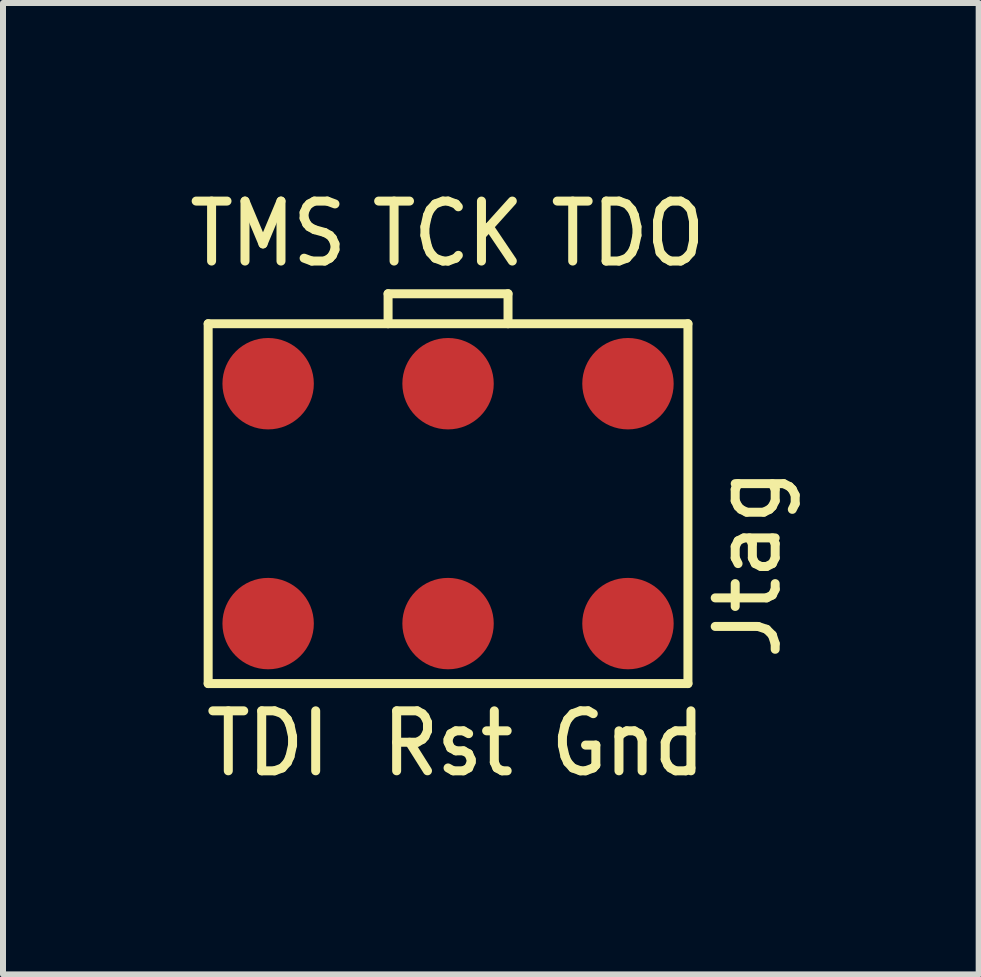
<source format=kicad_pcb>
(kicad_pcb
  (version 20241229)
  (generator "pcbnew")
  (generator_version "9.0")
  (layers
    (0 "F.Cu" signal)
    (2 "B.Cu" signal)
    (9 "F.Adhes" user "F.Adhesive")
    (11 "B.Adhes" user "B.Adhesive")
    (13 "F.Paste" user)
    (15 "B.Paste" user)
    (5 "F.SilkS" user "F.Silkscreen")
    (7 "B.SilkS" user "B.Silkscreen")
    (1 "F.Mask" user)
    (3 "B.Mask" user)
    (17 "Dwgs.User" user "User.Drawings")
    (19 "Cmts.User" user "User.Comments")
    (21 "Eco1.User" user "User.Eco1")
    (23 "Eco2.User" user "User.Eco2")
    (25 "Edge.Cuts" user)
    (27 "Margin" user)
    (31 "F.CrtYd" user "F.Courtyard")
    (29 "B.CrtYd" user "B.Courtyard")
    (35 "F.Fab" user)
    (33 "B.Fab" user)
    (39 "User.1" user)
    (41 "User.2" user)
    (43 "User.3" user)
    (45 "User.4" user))
  (footprint "Jtag"
    (layer "F.Cu")
    (at 4.421 5.348)
    (property "Reference" "Jtag" (at 5 1 90) (layer "F.SilkS") (effects (font (size 1 1) (thickness 0.15))))
    (attr through_hole)
    (fp_line (start -4 -3) (end 4 -3) (stroke (width 0.15) (type solid)) (layer "F.SilkS"))
    (fp_line (start -4 3) (end -4 -3) (stroke (width 0.15) (type solid)) (layer "F.SilkS"))
    (fp_line (start -1 -3.5) (end 1 -3.5) (stroke (width 0.15) (type solid)) (layer "F.SilkS"))
    (fp_line (start -1 -3) (end -1 -3.5) (stroke (width 0.15) (type solid)) (layer "F.SilkS"))
    (fp_line (start 1 -3.5) (end 1 -3) (stroke (width 0.15) (type solid)) (layer "F.SilkS"))
    (fp_line (start 4 -3) (end 4 3) (stroke (width 0.15) (type solid)) (layer "F.SilkS"))
    (fp_line (start 4 3) (end -4 3) (stroke (width 0.15) (type solid)) (layer "F.SilkS"))
    (fp_text user "TMS" (at -3 -4.5 0) (layer "F.SilkS") (effects (font (size 1 0.9) (thickness 0.15))))
    (fp_text user "TCK" (at 0 -4.5 0) (layer "F.SilkS") (effects (font (size 1 0.9) (thickness 0.15))))
    (fp_text user "Gnd" (at 3 4 0) (layer "F.SilkS") (effects (font (size 1 0.9) (thickness 0.15))))
    (fp_text user "Rst" (at 0 4 0) (layer "F.SilkS") (effects (font (size 1 0.9) (thickness 0.15))))
    (fp_text user "TDI" (at -3 4 0) (layer "F.SilkS") (effects (font (size 1 0.9) (thickness 0.15))))
    (fp_text user "TDO" (at 3 -4.5 0) (layer "F.SilkS") (effects (font (size 1 0.9) (thickness 0.15))))
    (pad "1" smd circle (at -3 2) (size 1.524 1.524) (layers "F.Cu" "F.Mask" "F.Paste"))
    (pad "2" smd circle (at -3 -2) (size 1.524 1.524) (layers "F.Cu" "F.Mask" "F.Paste"))
    (pad "3" smd circle (at 0 2) (size 1.524 1.524) (layers "F.Cu" "F.Mask" "F.Paste"))
    (pad "4" smd circle (at 0 -2) (size 1.524 1.524) (layers "F.Cu" "F.Mask" "F.Paste"))
    (pad "5" smd circle (at 3 2) (size 1.524 1.524) (layers "F.Cu" "F.Mask" "F.Paste"))
    (pad "6" smd circle (at 3 -2) (size 1.524 1.524) (layers "F.Cu" "F.Mask" "F.Paste")))
  (gr_rect
    (start -3 -3)
    (end 13.269 13.197)
    (stroke (width 0.1) (type default))
    (fill no)
    (layer "Edge.Cuts")))
</source>
